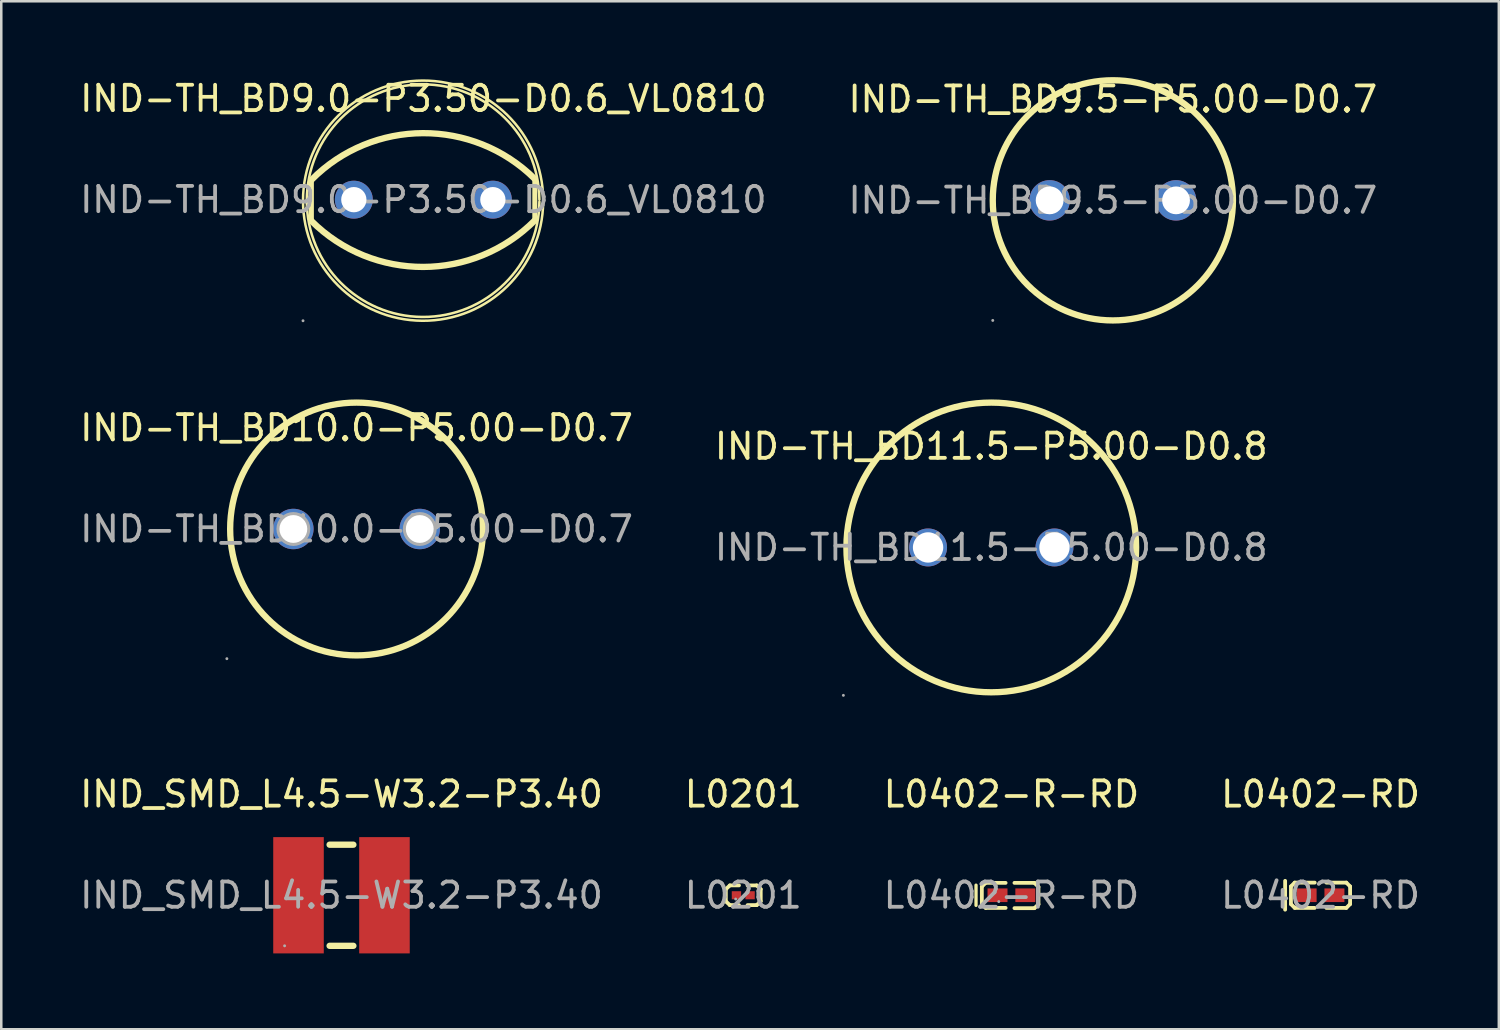
<source format=kicad_pcb>
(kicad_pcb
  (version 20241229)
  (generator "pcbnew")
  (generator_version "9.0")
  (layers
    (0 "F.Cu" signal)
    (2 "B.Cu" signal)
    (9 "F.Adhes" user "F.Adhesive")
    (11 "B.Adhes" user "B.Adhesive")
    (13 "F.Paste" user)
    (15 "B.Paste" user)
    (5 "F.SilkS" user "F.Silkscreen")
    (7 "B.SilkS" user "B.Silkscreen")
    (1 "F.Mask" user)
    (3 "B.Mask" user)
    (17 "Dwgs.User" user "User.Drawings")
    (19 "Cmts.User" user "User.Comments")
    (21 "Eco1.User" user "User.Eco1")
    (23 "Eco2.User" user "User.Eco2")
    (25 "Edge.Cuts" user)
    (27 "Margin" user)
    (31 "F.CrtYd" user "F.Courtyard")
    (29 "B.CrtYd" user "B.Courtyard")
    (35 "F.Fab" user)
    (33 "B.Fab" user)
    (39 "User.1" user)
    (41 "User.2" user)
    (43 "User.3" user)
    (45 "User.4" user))
  (footprint "L0402-R-RD"
    (layer "F.Cu")
    (at 36.958 32.363)
    (property "Reference" "L0402-R-RD" (at 0 -4 0) (layer "F.SilkS") (effects (font (size 1 1) (thickness 0.15))))
    (attr through_hole)
    (fp_line (start -1.4 -0.4) (end -1.4 0.4) (stroke (width 0.13) (type solid)) (layer "F.SilkS"))
    (fp_line (start -1.17 -0.34) (end -1.02 -0.49) (stroke (width 0.15) (type solid)) (layer "F.SilkS"))
    (fp_line (start -1.17 0.35) (end -1.17 -0.34) (stroke (width 0.15) (type solid)) (layer "F.SilkS"))
    (fp_line (start -1.02 -0.49) (end -0.23 -0.49) (stroke (width 0.15) (type solid)) (layer "F.SilkS"))
    (fp_line (start -1.02 0.5) (end -1.17 0.35) (stroke (width 0.15) (type solid)) (layer "F.SilkS"))
    (fp_line (start -0.23 0.5) (end -1.02 0.5) (stroke (width 0.15) (type solid)) (layer "F.SilkS"))
    (fp_line (start 0.12 0.51) (end 0.91 0.51) (stroke (width 0.15) (type solid)) (layer "F.SilkS"))
    (fp_line (start 0.91 -0.49) (end 0.12 -0.49) (stroke (width 0.15) (type solid)) (layer "F.SilkS"))
    (fp_line (start 0.91 0.51) (end 1.07 0.36) (stroke (width 0.15) (type solid)) (layer "F.SilkS"))
    (fp_line (start 1.07 -0.33) (end 0.91 -0.49) (stroke (width 0.15) (type solid)) (layer "F.SilkS"))
    (fp_line (start 1.07 0.36) (end 1.07 -0.33) (stroke (width 0.15) (type solid)) (layer "F.SilkS"))
    (fp_circle (center -0.5 0.25) (end -0.47 0.25) (stroke (width 0.06) (type solid)) (fill no) (layer "F.Fab"))
    (fp_text user "${REFERENCE}" (at 0 0 0) (layer "F.Fab") (effects (font (size 1 1) (thickness 0.15))))
    (pad "1" smd rect (at -0.55 0) (size 0.79 0.54) (layers "F.Cu" "F.Mask" "F.Paste"))
    (pad "2" smd rect (at 0.55 0) (size 0.79 0.54) (layers "F.Cu" "F.Mask" "F.Paste")))
  (footprint "IND-TH_BD11.5-P5.00-D0.8"
    (layer "F.Cu")
    (at 36.161 18.605)
    (property "Reference" "IND-TH_BD11.5-P5.00-D0.8" (at 0 -4 0) (layer "F.SilkS") (effects (font (size 1 1) (thickness 0.15))))
    (attr through_hole)
    (fp_circle (center 0 0) (end 5.73 0) (stroke (width 0.25) (type solid)) (fill no) (layer "F.SilkS"))
    (fp_circle (center -5.85 5.85) (end -5.82 5.85) (stroke (width 0.06) (type solid)) (fill no) (layer "F.Fab"))
    (fp_circle (center -2.5 0) (end -2.25 0) (stroke (width 0.5) (type solid)) (fill no) (layer "F.Fab"))
    (fp_circle (center 2.5 0) (end 2.75 0) (stroke (width 0.5) (type solid)) (fill no) (layer "F.Fab"))
    (fp_text user "${REFERENCE}" (at 0 0 0) (layer "F.Fab") (effects (font (size 1 1) (thickness 0.15))))
    (pad "1" thru_hole circle (at -2.5 0 180) (size 1.5 1.5) (drill 1.2) (layers "*.Cu" "*.Paste" "*.Mask"))
    (pad "2" thru_hole circle (at 2.5 0 180) (size 1.5 1.5) (drill 1.2) (layers "*.Cu" "*.Paste" "*.Mask")))
  (footprint "IND-TH_BD9.0-P3.50-D0.6_VL0810"
    (layer "F.Cu")
    (at 13.696 4.848)
    (property "Reference" "IND-TH_BD9.0-P3.50-D0.6_VL0810" (at 0 -4 0) (layer "F.SilkS") (effects (font (size 1 1) (thickness 0.15))))
    (attr through_hole)
    (fp_line (start -4.43 0.84) (end -4.43 -0.78) (stroke (width 0.2) (type solid)) (layer "F.SilkS"))
    (fp_line (start 4.41 0.82) (end 4.41 -0.81) (stroke (width 0.2) (type solid)) (layer "F.SilkS"))
    (fp_arc (start -4.43 -0.78) (mid -0.017193 -2.630829) (end 4.41155 -0.818464) (stroke (width 0.25) (type solid)) (layer "F.SilkS"))
    (fp_arc (start 4.41 0.82) (mid -0.006949 2.660826) (end -4.431546 0.83846) (stroke (width 0.25) (type solid)) (layer "F.SilkS"))
    (fp_arc (start 4.59 0.08) (mid -4.610174 0.040144) (end 4.589997 -0.000287) (stroke (width 0.1) (type solid)) (layer "F.SilkS"))
    (fp_arc (start 4.74 0.09) (mid -4.760261 0.035184) (end 4.740092 -0.000368) (stroke (width 0.1) (type solid)) (layer "F.SilkS"))
    (fp_circle (center -4.76 4.79) (end -4.73 4.79) (stroke (width 0.06) (type solid)) (fill no) (layer "F.Fab"))
    (fp_circle (center -2.75 0) (end -2.55 0) (stroke (width 0.4) (type solid)) (fill no) (layer "F.Fab"))
    (fp_circle (center 2.75 0) (end 2.95 0) (stroke (width 0.4) (type solid)) (fill no) (layer "F.Fab"))
    (fp_text user "${REFERENCE}" (at 0 0 0) (layer "F.Fab") (effects (font (size 1 1) (thickness 0.15))))
    (pad "1" thru_hole circle (at -2.75 0 180) (size 1.5 1.5) (drill 1) (layers "*.Cu" "*.Paste" "*.Mask"))
    (pad "2" thru_hole circle (at 2.75 0 180) (size 1.5 1.5) (drill 1) (layers "*.Cu" "*.Paste" "*.Mask")))
  (footprint "L0402-RD"
    (layer "F.Cu")
    (at 49.185 32.363)
    (property "Reference" "L0402-RD" (at 0 -4 0) (layer "F.SilkS") (effects (font (size 1 1) (thickness 0.15))))
    (attr through_hole)
    (fp_line (start -1.4 -0.57) (end -1.4 0.57) (stroke (width 0.15) (type solid)) (layer "F.SilkS"))
    (fp_line (start -1.17 -0.35) (end -1.02 -0.5) (stroke (width 0.15) (type solid)) (layer "F.SilkS"))
    (fp_line (start -1.17 0.35) (end -1.17 -0.35) (stroke (width 0.15) (type solid)) (layer "F.SilkS"))
    (fp_line (start -1.02 -0.5) (end -0.23 -0.5) (stroke (width 0.15) (type solid)) (layer "F.SilkS"))
    (fp_line (start -1.02 0.5) (end -1.17 0.35) (stroke (width 0.15) (type solid)) (layer "F.SilkS"))
    (fp_line (start -0.23 0.5) (end -1.02 0.5) (stroke (width 0.15) (type solid)) (layer "F.SilkS"))
    (fp_line (start 0.23 0.5) (end 1.02 0.5) (stroke (width 0.15) (type solid)) (layer "F.SilkS"))
    (fp_line (start 1.02 -0.5) (end 0.23 -0.5) (stroke (width 0.15) (type solid)) (layer "F.SilkS"))
    (fp_line (start 1.02 0.5) (end 1.17 0.35) (stroke (width 0.15) (type solid)) (layer "F.SilkS"))
    (fp_line (start 1.17 -0.35) (end 1.02 -0.5) (stroke (width 0.15) (type solid)) (layer "F.SilkS"))
    (fp_line (start 1.17 0.35) (end 1.17 -0.35) (stroke (width 0.15) (type solid)) (layer "F.SilkS"))
    (fp_circle (center -0.5 0.25) (end -0.47 0.25) (stroke (width 0.06) (type solid)) (fill no) (layer "F.Fab"))
    (fp_text user "${REFERENCE}" (at 0 0 0) (layer "F.Fab") (effects (font (size 1 1) (thickness 0.15))))
    (pad "1" smd rect (at -0.55 0) (size 0.79 0.54) (layers "F.Cu" "F.Mask" "F.Paste"))
    (pad "2" smd rect (at 0.55 0) (size 0.79 0.54) (layers "F.Cu" "F.Mask" "F.Paste")))
  (footprint "IND-TH_BD10.0-P5.00-D0.7"
    (layer "F.Cu")
    (at 11.054 17.875)
    (property "Reference" "IND-TH_BD10.0-P5.00-D0.7" (at 0 -4 0) (layer "F.SilkS") (effects (font (size 1 1) (thickness 0.15))))
    (attr through_hole)
    (fp_circle (center 0 0) (end 5 0) (stroke (width 0.25) (type solid)) (fill no) (layer "F.SilkS"))
    (fp_circle (center -5.13 5.13) (end -5.1 5.13) (stroke (width 0.06) (type solid)) (fill no) (layer "F.Fab"))
    (fp_circle (center -2.5 0) (end -2.28 0) (stroke (width 0.45) (type solid)) (fill no) (layer "F.Fab"))
    (fp_circle (center 2.5 0) (end 2.72 0) (stroke (width 0.45) (type solid)) (fill no) (layer "F.Fab"))
    (fp_text user "${REFERENCE}" (at 0 0 0) (layer "F.Fab") (effects (font (size 1 1) (thickness 0.15))))
    (pad "1" thru_hole circle (at -2.5 0) (size 1.6 1.6) (drill 1.1) (layers "*.Cu" "*.Paste" "*.Mask"))
    (pad "2" thru_hole circle (at 2.5 0) (size 1.6 1.6) (drill 1.1) (layers "*.Cu" "*.Paste" "*.Mask")))
  (footprint "L0201"
    (layer "F.Cu")
    (at 26.351 32.363)
    (property "Reference" "L0201" (at 0 -4 0) (layer "F.SilkS") (effects (font (size 1 1) (thickness 0.15))))
    (attr through_hole)
    (fp_line (start -0.69 -0.24) (end -0.53 -0.39) (stroke (width 0.15) (type solid)) (layer "F.SilkS"))
    (fp_line (start -0.69 0.24) (end -0.69 -0.24) (stroke (width 0.15) (type solid)) (layer "F.SilkS"))
    (fp_line (start -0.53 -0.39) (end -0.17 -0.39) (stroke (width 0.15) (type solid)) (layer "F.SilkS"))
    (fp_line (start -0.53 0.39) (end -0.69 0.24) (stroke (width 0.15) (type solid)) (layer "F.SilkS"))
    (fp_line (start -0.17 0.39) (end -0.53 0.39) (stroke (width 0.15) (type solid)) (layer "F.SilkS"))
    (fp_line (start 0.17 0.39) (end 0.53 0.39) (stroke (width 0.15) (type solid)) (layer "F.SilkS"))
    (fp_line (start 0.53 -0.39) (end 0.17 -0.39) (stroke (width 0.15) (type solid)) (layer "F.SilkS"))
    (fp_line (start 0.53 0.39) (end 0.69 0.24) (stroke (width 0.15) (type solid)) (layer "F.SilkS"))
    (fp_line (start 0.69 -0.24) (end 0.53 -0.39) (stroke (width 0.15) (type solid)) (layer "F.SilkS"))
    (fp_line (start 0.69 0.24) (end 0.69 -0.24) (stroke (width 0.15) (type solid)) (layer "F.SilkS"))
    (fp_circle (center -0.3 0.15) (end -0.27 0.15) (stroke (width 0.06) (type solid)) (fill no) (layer "F.Fab"))
    (fp_text user "${REFERENCE}" (at 0 0 0) (layer "F.Fab") (effects (font (size 1 1) (thickness 0.15))))
    (pad "1" smd rect (at -0.27 0) (size 0.37 0.32) (layers "F.Cu" "F.Mask" "F.Paste"))
    (pad "2" smd rect (at 0.27 0) (size 0.37 0.32) (layers "F.Cu" "F.Mask" "F.Paste")))
  (footprint "IND_SMD_L4.5-W3.2-P3.40"
    (layer "F.Cu")
    (at 10.458 32.363)
    (property "Reference" "IND_SMD_L4.5-W3.2-P3.40" (at 0 -4 0) (layer "F.SilkS") (effects (font (size 1 1) (thickness 0.15))))
    (attr through_hole)
    (fp_line (start -0.47 -2) (end 0.47 -2) (stroke (width 0.25) (type solid)) (layer "F.SilkS"))
    (fp_line (start -0.47 2) (end 0.47 2) (stroke (width 0.25) (type solid)) (layer "F.SilkS"))
    (fp_circle (center -2.25 2) (end -2.22 2) (stroke (width 0.06) (type solid)) (fill no) (layer "F.Fab"))
    (fp_text user "${REFERENCE}" (at 0 0 0) (layer "F.Fab") (effects (font (size 1 1) (thickness 0.15))))
    (pad "1" smd rect (at -1.7 0 90) (size 4.6 2) (layers "F.Cu" "F.Mask" "F.Paste"))
    (pad "2" smd rect (at 1.7 0 90) (size 4.6 2) (layers "F.Cu" "F.Mask" "F.Paste")))
  (footprint "IND-TH_BD9.5-P5.00-D0.7"
    (layer "F.Cu")
    (at 40.97 4.875)
    (property "Reference" "IND-TH_BD9.5-P5.00-D0.7" (at 0 -4 0) (layer "F.SilkS") (effects (font (size 1 1) (thickness 0.15))))
    (attr through_hole)
    (fp_circle (center 0 0) (end 4.75 0) (stroke (width 0.25) (type solid)) (fill no) (layer "F.SilkS"))
    (fp_circle (center -4.75 4.75) (end -4.72 4.75) (stroke (width 0.06) (type solid)) (fill no) (layer "F.Fab"))
    (fp_circle (center -2.5 0) (end -2.32 0) (stroke (width 0.35) (type solid)) (fill no) (layer "F.Fab"))
    (fp_circle (center 2.5 0) (end 2.68 0) (stroke (width 0.35) (type solid)) (fill no) (layer "F.Fab"))
    (fp_text user "${REFERENCE}" (at 0 0 0) (layer "F.Fab") (effects (font (size 1 1) (thickness 0.15))))
    (pad "1" thru_hole circle (at -2.5 0 180) (size 1.6 1.6) (drill 1.1) (layers "*.Cu" "*.Paste" "*.Mask"))
    (pad "2" thru_hole circle (at 2.5 0 180) (size 1.6 1.6) (drill 1.1) (layers "*.Cu" "*.Paste" "*.Mask")))
  (gr_rect
    (start -3 -3)
    (end 56.238 37.663)
    (stroke (width 0.1) (type default))
    (fill no)
    (layer "Edge.Cuts")))
</source>
